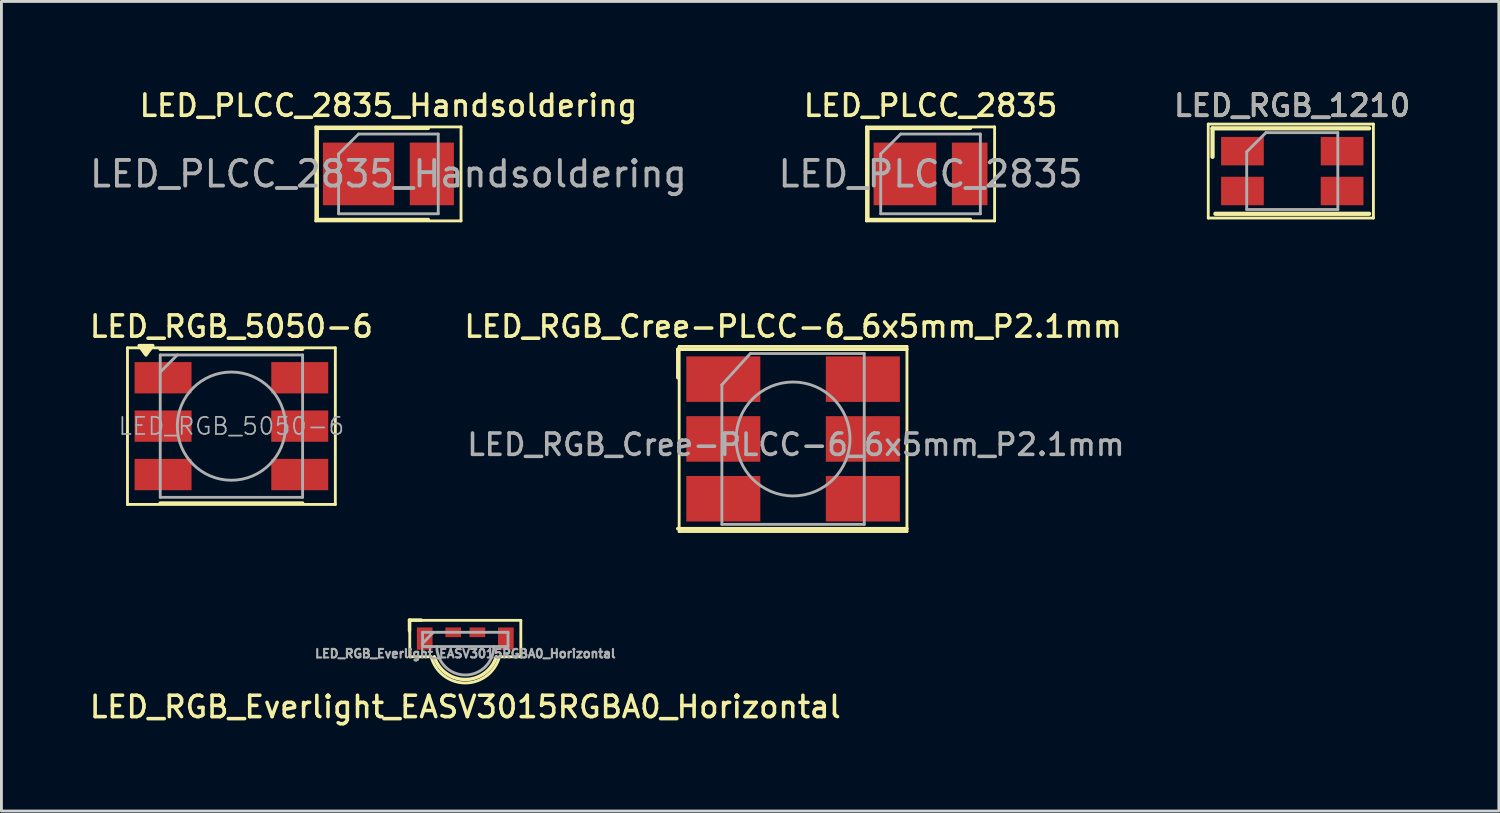
<source format=kicad_pcb>
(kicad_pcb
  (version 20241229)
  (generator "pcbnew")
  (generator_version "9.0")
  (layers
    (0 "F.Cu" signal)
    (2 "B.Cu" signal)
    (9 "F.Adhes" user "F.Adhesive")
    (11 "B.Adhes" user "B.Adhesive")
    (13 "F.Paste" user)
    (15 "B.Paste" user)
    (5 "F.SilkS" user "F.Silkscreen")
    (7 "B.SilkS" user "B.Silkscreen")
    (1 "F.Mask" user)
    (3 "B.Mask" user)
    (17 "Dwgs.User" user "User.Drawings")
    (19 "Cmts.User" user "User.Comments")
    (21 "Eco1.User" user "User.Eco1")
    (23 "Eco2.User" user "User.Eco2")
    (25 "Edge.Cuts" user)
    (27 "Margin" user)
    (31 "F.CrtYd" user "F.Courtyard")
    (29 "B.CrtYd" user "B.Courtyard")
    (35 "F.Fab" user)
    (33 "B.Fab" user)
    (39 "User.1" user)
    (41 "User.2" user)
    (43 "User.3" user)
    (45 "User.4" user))
  (footprint "LED_PLCC_2835"
    (layer "F.Cu")
    (at 29.63 3.058)
    (property "Reference" "LED_PLCC_2835" (at 0 -2.4 0) (layer "F.SilkS") (effects (font (size 0.75 0.75) (thickness 0.125))))
    (attr smd)
    (fp_line (start -2.25 -1.65) (end 2.25 -1.65) (stroke (width 0.1) (type solid)) (layer "F.SilkS"))
    (fp_line (start -2.25 1.65) (end -2.25 -1.65) (stroke (width 0.1) (type solid)) (layer "F.SilkS"))
    (fp_line (start -2.2 -1.6) (end -2.2 1.6) (stroke (width 0.12) (type solid)) (layer "F.SilkS"))
    (fp_line (start 1.4 -1.6) (end -2.2 -1.6) (stroke (width 0.12) (type solid)) (layer "F.SilkS"))
    (fp_line (start 1.4 1.6) (end -2.2 1.6) (stroke (width 0.12) (type solid)) (layer "F.SilkS"))
    (fp_line (start 2.25 -1.65) (end 2.25 1.65) (stroke (width 0.1) (type solid)) (layer "F.SilkS"))
    (fp_line (start 2.25 1.65) (end -2.25 1.65) (stroke (width 0.1) (type solid)) (layer "F.SilkS"))
    (fp_line (start -1.75 1.4) (end -1.75 -0.7) (stroke (width 0.1) (type solid)) (layer "F.Fab"))
    (fp_line (start -1.05 -1.4) (end -1.75 -0.7) (stroke (width 0.1) (type solid)) (layer "F.Fab"))
    (fp_line (start -1.05 -1.4) (end 1.75 -1.4) (stroke (width 0.1) (type solid)) (layer "F.Fab"))
    (fp_line (start 1.75 -1.4) (end 1.75 1.4) (stroke (width 0.1) (type solid)) (layer "F.Fab"))
    (fp_line (start 1.75 1.4) (end -1.75 1.4) (stroke (width 0.1) (type solid)) (layer "F.Fab"))
    (fp_text user "${REFERENCE}" (at 0 0 0) (layer "F.Fab") (effects (font (size 0.9 0.9) (thickness 0.135))))
    (pad "1" smd rect (at -0.9 0) (size 2.2 2.2) (layers "F.Cu" "F.Mask" "F.Paste"))
    (pad "2" smd rect (at 1.375 0) (size 1.25 2.2) (layers "F.Cu" "F.Mask" "F.Paste")))
  (footprint "LED_RGB_Everlight_EASV3015RGBA0_Horizontal"
    (layer "F.Cu")
    (at 13.291 19.906)
    (property "Reference" "LED_RGB_Everlight_EASV3015RGBA0_Horizontal" (at 0 1.87 180) (layer "F.SilkS") (effects (font (size 0.75 0.75) (thickness 0.125))))
    (attr smd)
    (fp_line (start -1.96 -1.18) (end -1.55 -1.18) (stroke (width 0.12) (type solid)) (layer "F.SilkS"))
    (fp_line (start -1.96 -0.8) (end -1.96 -1.18) (stroke (width 0.12) (type solid)) (layer "F.SilkS"))
    (fp_line (start -1.95 -1.17) (end -1.95 0.11) (stroke (width 0.1) (type solid)) (layer "F.SilkS"))
    (fp_line (start -1.2 0.11) (end -1.95 0.11) (stroke (width 0.1) (type solid)) (layer "F.SilkS"))
    (fp_line (start 1.95 -1.17) (end -1.95 -1.17) (stroke (width 0.1) (type solid)) (layer "F.SilkS"))
    (fp_line (start 1.95 -1.17) (end 1.95 0.11) (stroke (width 0.1) (type solid)) (layer "F.SilkS"))
    (fp_line (start 1.95 0.11) (end 1.2 0.11) (stroke (width 0.1) (type solid)) (layer "F.SilkS"))
    (fp_arc (start 1.09 0.11) (mid 0 0.907104) (end -1.09 0.11) (stroke (width 0.12) (type solid)) (layer "F.SilkS"))
    (fp_arc (start 1.2 0.11) (mid 0 1.03) (end -1.2 0.11) (stroke (width 0.1) (type solid)) (layer "F.SilkS"))
    (fp_line (start -1.5 -0.75) (end -1.5 -0.25) (stroke (width 0.1) (type solid)) (layer "F.Fab"))
    (fp_line (start -1.5 -0.36) (end -1.12 -0.75) (stroke (width 0.1) (type solid)) (layer "F.Fab"))
    (fp_line (start -1.5 -0.25) (end 1.5 -0.25) (stroke (width 0.1) (type solid)) (layer "F.Fab"))
    (fp_line (start 1.5 -0.75) (end -1.5 -0.75) (stroke (width 0.1) (type solid)) (layer "F.Fab"))
    (fp_line (start 1.5 -0.25) (end 1.5 -0.75) (stroke (width 0.1) (type solid)) (layer "F.Fab"))
    (fp_arc (start 1 -0.25) (mid 0 0.75) (end -1 -0.25) (stroke (width 0.1) (type solid)) (layer "F.Fab"))
    (fp_text user "${REFERENCE}" (at 0 0 180) (layer "F.Fab") (effects (font (size 0.3 0.3) (thickness 0.075))))
    (pad "1" smd rect (at -1.425 -0.53) (size 0.55 0.78) (layers "F.Cu" "F.Mask" "F.Paste"))
    (pad "2" smd rect (at -0.425 -0.75) (size 0.55 0.34) (layers "F.Cu" "F.Mask" "F.Paste"))
    (pad "3" smd rect (at 0.425 -0.75) (size 0.55 0.34) (layers "F.Cu" "F.Mask" "F.Paste"))
    (pad "4" smd rect (at 1.425 -0.53) (size 0.55 0.78) (layers "F.Cu" "F.Mask" "F.Paste")))
  (footprint "LED_PLCC_2835_Handsoldering"
    (layer "F.Cu")
    (at 10.591 3.058)
    (property "Reference" "LED_PLCC_2835_Handsoldering" (at 0 -2.4 0) (layer "F.SilkS") (effects (font (size 0.75 0.75) (thickness 0.125))))
    (attr smd)
    (fp_line (start -2.55 -1.65) (end 2.55 -1.65) (stroke (width 0.1) (type solid)) (layer "F.SilkS"))
    (fp_line (start -2.55 1.65) (end -2.55 -1.65) (stroke (width 0.1) (type solid)) (layer "F.SilkS"))
    (fp_line (start -2.5 -1.6) (end -2.5 1.6) (stroke (width 0.12) (type solid)) (layer "F.SilkS"))
    (fp_line (start 1.4 -1.6) (end -2.5 -1.6) (stroke (width 0.12) (type solid)) (layer "F.SilkS"))
    (fp_line (start 1.4 1.6) (end -2.5 1.6) (stroke (width 0.12) (type solid)) (layer "F.SilkS"))
    (fp_line (start 2.55 -1.65) (end 2.55 1.65) (stroke (width 0.1) (type solid)) (layer "F.SilkS"))
    (fp_line (start 2.55 1.65) (end -2.55 1.65) (stroke (width 0.1) (type solid)) (layer "F.SilkS"))
    (fp_line (start -1.75 1.4) (end -1.75 -0.7) (stroke (width 0.1) (type solid)) (layer "F.Fab"))
    (fp_line (start -1.05 -1.4) (end -1.75 -0.7) (stroke (width 0.1) (type solid)) (layer "F.Fab"))
    (fp_line (start -1.05 -1.4) (end 1.75 -1.4) (stroke (width 0.1) (type solid)) (layer "F.Fab"))
    (fp_line (start 1.75 -1.4) (end 1.75 1.4) (stroke (width 0.1) (type solid)) (layer "F.Fab"))
    (fp_line (start 1.75 1.4) (end -1.75 1.4) (stroke (width 0.1) (type solid)) (layer "F.Fab"))
    (fp_text user "${REFERENCE}" (at 0 0 0) (layer "F.Fab") (effects (font (size 0.9 0.9) (thickness 0.135))))
    (pad "1" smd rect (at -1.05 0) (size 2.5 2.2) (layers "F.Cu" "F.Mask" "F.Paste"))
    (pad "2" smd rect (at 1.525 0) (size 1.55 2.2) (layers "F.Cu" "F.Mask" "F.Paste")))
  (footprint "LED_RGB_1210"
    (layer "F.Cu")
    (at 42.334 2.958)
    (property "Reference" "LED_RGB_1210" (at 0 -2.3 0) (layer "F.SilkS") (effects (font (size 0.75 0.75) (thickness 0.125))))
    (attr smd)
    (fp_line (start -2.95 -1.65) (end -2.95 1.65) (stroke (width 0.1) (type solid)) (layer "F.SilkS"))
    (fp_line (start -2.95 1.65) (end 2.85 1.65) (stroke (width 0.1) (type solid)) (layer "F.SilkS"))
    (fp_line (start -2.8 -0.5) (end -2.8 -1.5) (stroke (width 0.15) (type solid)) (layer "F.SilkS"))
    (fp_line (start 2.7 -1.5) (end -2.8 -1.5) (stroke (width 0.15) (type solid)) (layer "F.SilkS"))
    (fp_line (start 2.7 1.5) (end -2.7 1.5) (stroke (width 0.15) (type solid)) (layer "F.SilkS"))
    (fp_line (start 2.85 -1.65) (end -2.95 -1.65) (stroke (width 0.1) (type solid)) (layer "F.SilkS"))
    (fp_line (start 2.85 1.65) (end 2.85 -1.65) (stroke (width 0.1) (type solid)) (layer "F.SilkS"))
    (fp_line (start -1.6 -0.675) (end -0.925 -1.35) (stroke (width 0.1) (type solid)) (layer "F.Fab"))
    (fp_line (start -1.6 1.35) (end -1.6 -0.675) (stroke (width 0.1) (type solid)) (layer "F.Fab"))
    (fp_line (start -0.925 -1.35) (end 1.6 -1.35) (stroke (width 0.1) (type solid)) (layer "F.Fab"))
    (fp_line (start 1.6 -1.35) (end 1.6 1.35) (stroke (width 0.1) (type solid)) (layer "F.Fab"))
    (fp_line (start 1.6 1.35) (end -1.6 1.35) (stroke (width 0.1) (type solid)) (layer "F.Fab"))
    (fp_text user "${REFERENCE}" (at 0 -2.3 0) (layer "F.Fab") (effects (font (size 0.75 0.75) (thickness 0.125))))
    (pad "1" smd rect (at -1.75 -0.7 180) (size 1.5 1) (layers "F.Cu" "F.Mask" "F.Paste"))
    (pad "2" smd rect (at -1.75 0.7 180) (size 1.5 1) (layers "F.Cu" "F.Mask" "F.Paste"))
    (pad "3" smd rect (at 1.75 0.7 180) (size 1.5 1) (layers "F.Cu" "F.Mask" "F.Paste"))
    (pad "4" smd rect (at 1.75 -0.7 180) (size 1.5 1) (layers "F.Cu" "F.Mask" "F.Paste")))
  (footprint "LED_RGB_Cree-PLCC-6_6x5mm_P2.1mm"
    (layer "F.Cu")
    (at 24.802 12.366)
    (property "Reference" "LED_RGB_Cree-PLCC-6_6x5mm_P2.1mm" (at 0 -3.95 0) (layer "F.SilkS") (effects (font (size 0.75 0.75) (thickness 0.125))))
    (attr smd)
    (fp_line (start -4.05 -3.15) (end 4 -3.15) (stroke (width 0.12) (type solid)) (layer "F.SilkS"))
    (fp_line (start -4.05 -2.15) (end -4.05 -3.15) (stroke (width 0.12) (type solid)) (layer "F.SilkS"))
    (fp_line (start -4.05 3.15) (end 4 3.15) (stroke (width 0.12) (type solid)) (layer "F.SilkS"))
    (fp_line (start -4 -3.25) (end -4 3.25) (stroke (width 0.1) (type solid)) (layer "F.SilkS"))
    (fp_line (start -4 3.25) (end 4 3.25) (stroke (width 0.1) (type solid)) (layer "F.SilkS"))
    (fp_line (start 4 -3.25) (end -4 -3.25) (stroke (width 0.1) (type solid)) (layer "F.SilkS"))
    (fp_line (start 4 3.25) (end 4 -3.25) (stroke (width 0.1) (type solid)) (layer "F.SilkS"))
    (fp_line (start -2.5 -1.9) (end -1.5 -3) (stroke (width 0.1) (type solid)) (layer "F.Fab"))
    (fp_line (start -2.5 3) (end -2.5 -1.9) (stroke (width 0.1) (type solid)) (layer "F.Fab"))
    (fp_line (start -1.5 -3) (end 2.5 -3) (stroke (width 0.1) (type solid)) (layer "F.Fab"))
    (fp_line (start 2.5 -3) (end 2.5 3) (stroke (width 0.1) (type solid)) (layer "F.Fab"))
    (fp_line (start 2.5 3) (end -2.5 3) (stroke (width 0.1) (type solid)) (layer "F.Fab"))
    (fp_circle (center 0 0) (end 0 -2) (stroke (width 0.1) (type solid)) (fill no) (layer "F.Fab"))
    (fp_text user "${REFERENCE}" (at 0.1 0.2 0) (layer "F.Fab") (effects (font (size 0.75 0.75) (thickness 0.125))))
    (pad "1" smd rect (at -2.45 -2.1) (size 2.6 1.6) (layers "F.Cu" "F.Mask" "F.Paste"))
    (pad "2" smd rect (at -2.45 0) (size 2.6 1.6) (layers "F.Cu" "F.Mask" "F.Paste"))
    (pad "3" smd rect (at -2.45 2.1) (size 2.6 1.6) (layers "F.Cu" "F.Mask" "F.Paste"))
    (pad "4" smd rect (at 2.45 2.1) (size 2.6 1.6) (layers "F.Cu" "F.Mask" "F.Paste"))
    (pad "5" smd rect (at 2.45 0) (size 2.6 1.6) (layers "F.Cu" "F.Mask" "F.Paste"))
    (pad "6" smd rect (at 2.45 -2.1) (size 2.6 1.6) (layers "F.Cu" "F.Mask" "F.Paste")))
  (footprint "LED_RGB_5050-6"
    (layer "F.Cu")
    (at 5.077 11.916)
    (property "Reference" "LED_RGB_5050-6" (at 0 -3.5 180) (layer "F.SilkS") (effects (font (size 0.75 0.75) (thickness 0.125))))
    (attr smd)
    (fp_line (start -3.65 -2.75) (end -3.65 2.75) (stroke (width 0.1) (type solid)) (layer "F.SilkS"))
    (fp_line (start -3.65 2.75) (end 3.65 2.75) (stroke (width 0.1) (type solid)) (layer "F.SilkS"))
    (fp_line (start -2.5 -2.7) (end 2.5 -2.7) (stroke (width 0.12) (type solid)) (layer "F.SilkS"))
    (fp_line (start 2.5 2.7) (end -2.5 2.7) (stroke (width 0.12) (type solid)) (layer "F.SilkS"))
    (fp_line (start 3.65 -2.75) (end -3.65 -2.75) (stroke (width 0.1) (type solid)) (layer "F.SilkS"))
    (fp_line (start 3.65 2.75) (end 3.65 -2.75) (stroke (width 0.1) (type solid)) (layer "F.SilkS"))
    (fp_poly (pts (xy -3 -2.5) (xy -3.24 -2.83) (xy -2.76 -2.83) (xy -3 -2.5)) (stroke (width 0.12) (type solid)) (fill yes) (layer "F.SilkS"))
    (fp_line (start -2.5 -2.5) (end -2.5 2.5) (stroke (width 0.1) (type solid)) (layer "F.Fab"))
    (fp_line (start -2.5 -1.9) (end -1.9 -2.5) (stroke (width 0.1) (type solid)) (layer "F.Fab"))
    (fp_line (start -2.5 2.5) (end 2.5 2.5) (stroke (width 0.1) (type solid)) (layer "F.Fab"))
    (fp_line (start 2.5 -2.5) (end -2.5 -2.5) (stroke (width 0.1) (type solid)) (layer "F.Fab"))
    (fp_line (start 2.5 2.5) (end 2.5 -2.5) (stroke (width 0.1) (type solid)) (layer "F.Fab"))
    (fp_circle (center 0 0) (end 0 -1.9) (stroke (width 0.1) (type solid)) (fill no) (layer "F.Fab"))
    (fp_text user "${REFERENCE}" (at 0 0 0) (layer "F.Fab") (effects (font (size 0.6 0.6) (thickness 0.06))))
    (pad "1" smd rect (at -2.4 -1.7 90) (size 1.1 2) (layers "F.Cu" "F.Mask" "F.Paste"))
    (pad "2" smd rect (at -2.4 0 90) (size 1.1 2) (layers "F.Cu" "F.Mask" "F.Paste"))
    (pad "3" smd rect (at -2.4 1.7 90) (size 1.1 2) (layers "F.Cu" "F.Mask" "F.Paste"))
    (pad "4" smd rect (at 2.4 1.7 90) (size 1.1 2) (layers "F.Cu" "F.Mask" "F.Paste"))
    (pad "5" smd rect (at 2.4 0 90) (size 1.1 2) (layers "F.Cu" "F.Mask" "F.Paste"))
    (pad "6" smd rect (at 2.4 -1.7 90) (size 1.1 2) (layers "F.Cu" "F.Mask" "F.Paste")))
  (gr_rect
    (start -3 -3)
    (end 49.589 25.434)
    (stroke (width 0.1) (type default))
    (fill no)
    (layer "Edge.Cuts")))
</source>
